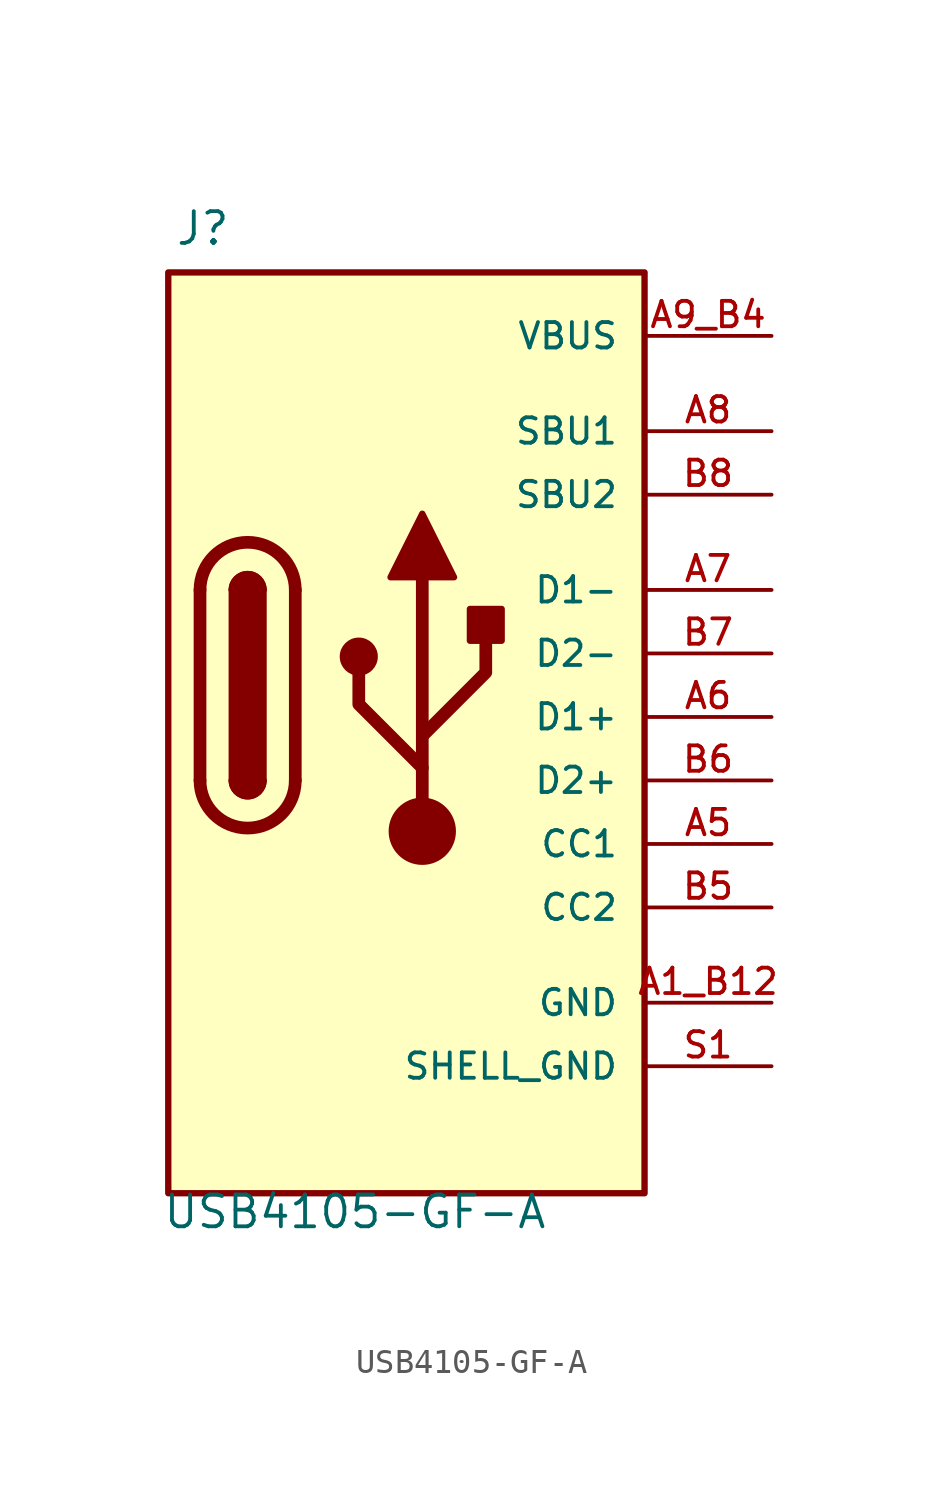
<source format=kicad_sym>
(kicad_symbol_lib
  (version 20231120)
  (generator "kicad_symbol_editor")
  (generator_version "8.0")
  (symbol "USB4105-GF-A"
    (pin_names
      (offset 1.016))
    (property "Reference" "J"
      (at -12.446 21.336 0)
      (effects (font (size 1.27 1.27)) (justify left bottom)))
    (property "Value" "USB4105-GF-A"
      (at -12.954 -16.51 0)
      (effects (font (size 1.27 1.27)) (justify left top)))
    (symbol "USB4105-GF-A_0_0"
      (rectangle (start -12.7 20.32) (end 6.35 -16.51) (stroke (width 0.254) (type default)) (fill (type background)))
      (pin power_in line (at 11.43 -8.89 180) (length 5.08) (name "GND" (effects (font (size 1.016 1.016)))) (number "A1_B12" (effects (font (size 1.016 1.016)))))
      (pin bidirectional line (at 11.43 -2.54 180) (length 5.08) (name "CC1" (effects (font (size 1.016 1.016)))) (number "A5" (effects (font (size 1.016 1.016)))))
      (pin bidirectional line (at 11.43 2.54 180) (length 5.08) (name "D1+" (effects (font (size 1.016 1.016)))) (number "A6" (effects (font (size 1.016 1.016)))))
      (pin bidirectional line (at 11.43 7.62 180) (length 5.08) (name "D1-" (effects (font (size 1.016 1.016)))) (number "A7" (effects (font (size 1.016 1.016)))))
      (pin bidirectional line (at 11.43 13.97 180) (length 5.08) (name "SBU1" (effects (font (size 1.016 1.016)))) (number "A8" (effects (font (size 1.016 1.016)))))
      (pin power_in line (at 11.43 17.78 180) (length 5.08) (name "VBUS" (effects (font (size 1.016 1.016)))) (number "A9_B4" (effects (font (size 1.016 1.016)))))
      (pin bidirectional line (at 11.43 -5.08 180) (length 5.08) (name "CC2" (effects (font (size 1.016 1.016)))) (number "B5" (effects (font (size 1.016 1.016)))))
      (pin bidirectional line (at 11.43 0 180) (length 5.08) (name "D2+" (effects (font (size 1.016 1.016)))) (number "B6" (effects (font (size 1.016 1.016)))))
      (pin bidirectional line (at 11.43 5.08 180) (length 5.08) (name "D2-" (effects (font (size 1.016 1.016)))) (number "B7" (effects (font (size 1.016 1.016)))))
      (pin bidirectional line (at 11.43 11.43 180) (length 5.08) (name "SBU2" (effects (font (size 1.016 1.016)))) (number "B8" (effects (font (size 1.016 1.016)))))
      (pin power_in line (at 11.43 -11.43 180) (length 5.08) (name "SHELL_GND" (effects (font (size 1.016 1.016)))) (number "S1" (effects (font (size 1.016 1.016))))))
    (symbol "USB4105-GF-A_0_1"
      (arc (start -11.43 0) (mid -9.525 -1.8967) (end -7.62 0) (stroke (width 0.508) (type default)) (fill (type none)))
      (arc (start -10.16 0) (mid -9.525 -0.6323) (end -8.89 0) (stroke (width 0.254) (type default)) (fill (type none)))
      (arc (start -10.16 0) (mid -9.525 -0.6323) (end -8.89 0) (stroke (width 0.254) (type default)) (fill (type outline)))
      (rectangle (start -10.16 0) (end -8.89 7.62) (stroke (width 0.254) (type default)) (fill (type outline)))
      (arc (start -8.89 7.62) (mid -9.525 8.2523) (end -10.16 7.62) (stroke (width 0.254) (type default)) (fill (type none)))
      (arc (start -8.89 7.62) (mid -9.525 8.2523) (end -10.16 7.62) (stroke (width 0.254) (type default)) (fill (type outline)))
      (arc (start -7.62 7.62) (mid -9.525 9.5167) (end -11.43 7.62) (stroke (width 0.508) (type default)) (fill (type none)))
      (circle (center -5.08 4.953) (radius 0.635) (stroke (width 0.254) (type default)) (fill (type outline)))
      (circle (center -2.54 -2.032) (radius 1.27) (stroke (width 0) (type default)) (fill (type outline)))
      (rectangle (start -0.635 5.588) (end 0.635 6.858) (stroke (width 0.254) (type default)) (fill (type outline)))
      (polyline (pts (xy -11.43 0) (xy -11.43 7.62)) (stroke (width 0.508) (type default)) (fill (type none)))
      (polyline (pts (xy -7.62 7.62) (xy -7.62 0)) (stroke (width 0.508) (type default)) (fill (type none)))
      (polyline (pts (xy -2.54 -2.032) (xy -2.54 8.128)) (stroke (width 0.508) (type default)) (fill (type none)))
      (polyline (pts (xy -2.54 0.508) (xy -5.08 3.048) (xy -5.08 4.318)) (stroke (width 0.508) (type default)) (fill (type none)))
      (polyline (pts (xy -2.54 1.778) (xy 0 4.318) (xy 0 5.588)) (stroke (width 0.508) (type default)) (fill (type none)))
      (polyline (pts (xy -3.81 8.128) (xy -2.54 10.668) (xy -1.27 8.128) (xy -3.81 8.128)) (stroke (width 0.254) (type default)) (fill (type outline))))
    (symbol "USB4105-GF-A_1_0"
      (pin power_in line (at 11.43 -8.89 180) (length 5.08) hide (name "GND" (effects (font (size 1.016 1.016)))) (number "A12_B1" (effects (font (size 1.016 1.016)))))
      (pin power_in line (at 11.43 17.78 180) (length 5.08) hide (name "VBUS" (effects (font (size 1.016 1.016)))) (number "A4_B9" (effects (font (size 1.016 1.016)))))
      (pin power_in line (at 11.43 -11.43 180) (length 5.08) hide (name "SHELL_GND" (effects (font (size 1.016 1.016)))) (number "S2" (effects (font (size 1.016 1.016)))))
      (pin power_in line (at 11.43 -11.43 180) (length 5.08) hide (name "SHELL_GND" (effects (font (size 1.016 1.016)))) (number "S3" (effects (font (size 1.016 1.016)))))
      (pin power_in line (at 11.43 -11.43 180) (length 5.08) hide (name "SHELL_GND" (effects (font (size 1.016 1.016)))) (number "S4" (effects (font (size 1.016 1.016))))))))
</source>
